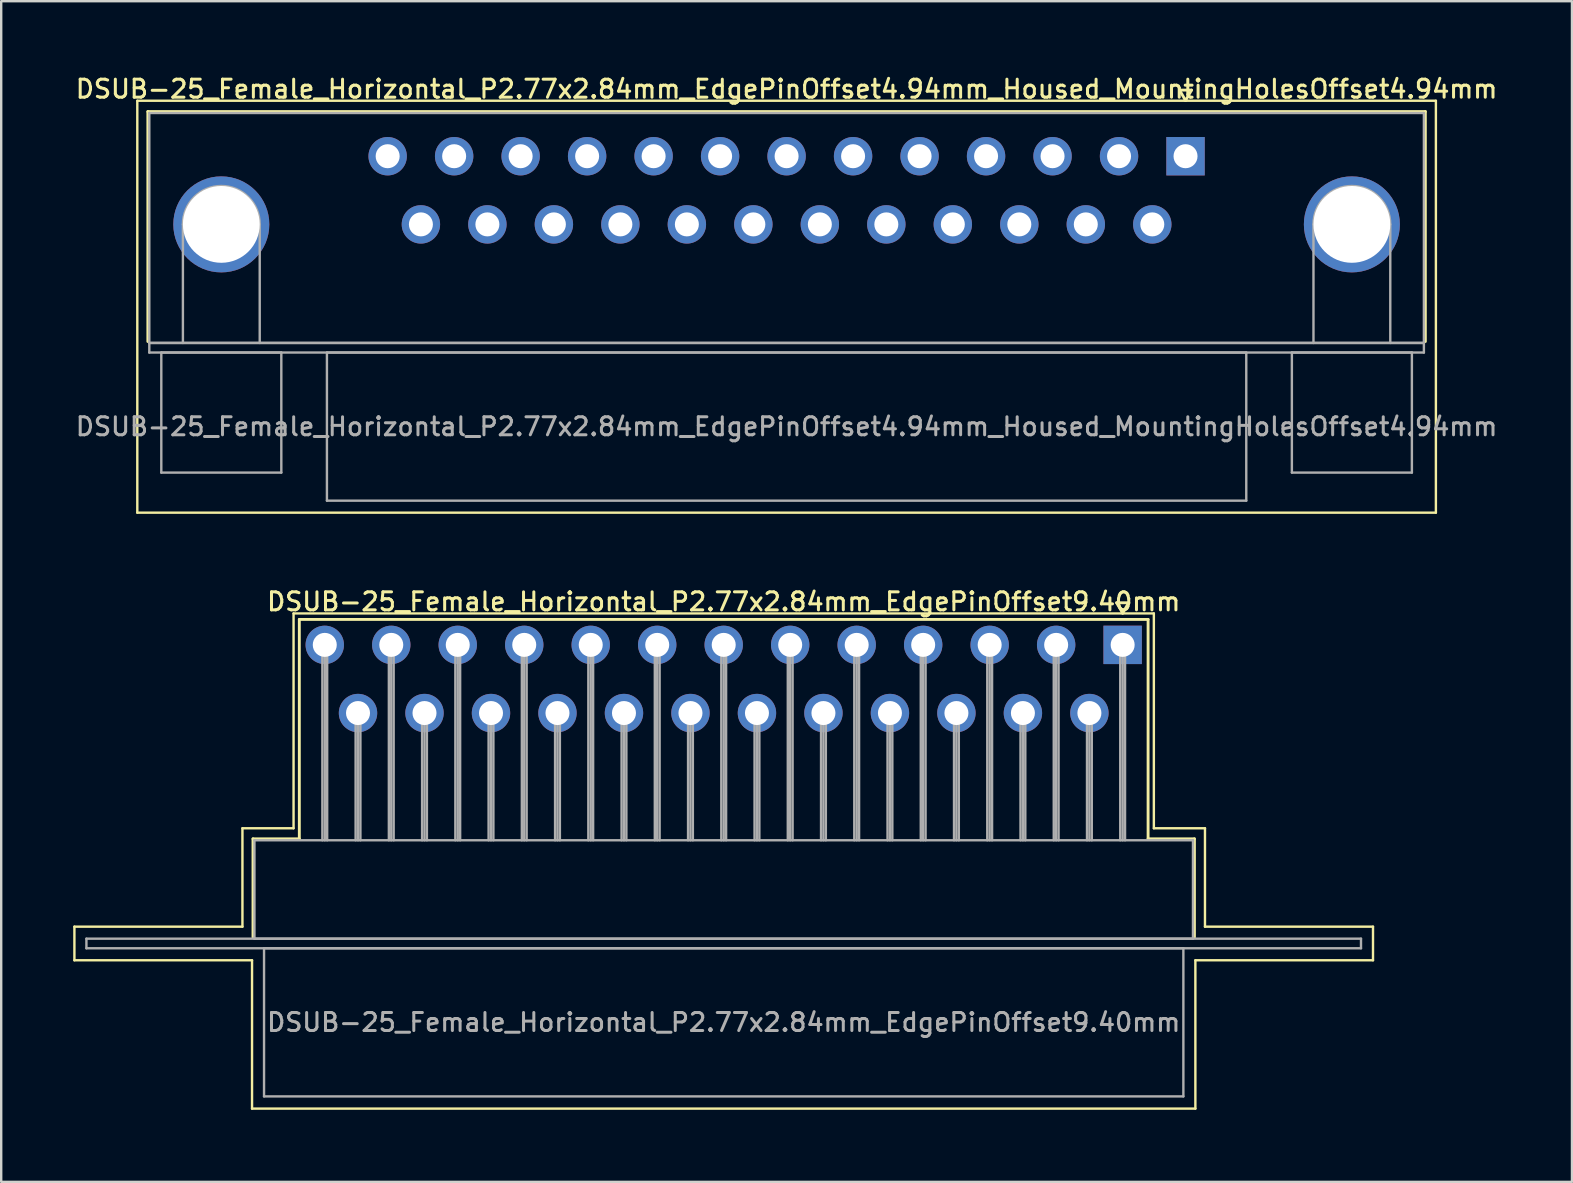
<source format=kicad_pcb>
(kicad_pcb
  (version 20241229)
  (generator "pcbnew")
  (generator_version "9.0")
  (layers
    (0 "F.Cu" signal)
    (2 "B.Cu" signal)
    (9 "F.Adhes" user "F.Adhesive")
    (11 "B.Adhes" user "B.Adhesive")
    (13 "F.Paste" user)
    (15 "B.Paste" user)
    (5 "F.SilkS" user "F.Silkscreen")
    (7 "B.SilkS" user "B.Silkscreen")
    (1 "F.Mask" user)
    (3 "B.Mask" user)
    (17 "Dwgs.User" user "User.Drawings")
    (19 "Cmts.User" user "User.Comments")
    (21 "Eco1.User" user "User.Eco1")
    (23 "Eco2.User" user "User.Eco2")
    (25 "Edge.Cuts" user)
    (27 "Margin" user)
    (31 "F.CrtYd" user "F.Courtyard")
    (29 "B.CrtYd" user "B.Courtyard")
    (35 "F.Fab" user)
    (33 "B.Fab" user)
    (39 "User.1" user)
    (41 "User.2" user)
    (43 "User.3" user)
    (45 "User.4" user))
  (footprint "DSUB-25_Female_Horizontal_P2.77x2.84mm_EdgePinOffset4.94mm_Housed_MountingHolesOffset4.94mm"
    (layer "F.Cu")
    (at 46.34 3.458)
    (property "Reference" "DSUB-25_Female_Horizontal_P2.77x2.84mm_EdgePinOffset4.94mm_Housed_MountingHolesOffset4.94mm" (at -16.62 -2.8 0) (layer "F.SilkS") (effects (font (size 0.75 0.75) (thickness 0.125))))
    (attr through_hole)
    (fp_line (start -43.67 -2.31) (end -43.67 14.85) (stroke (width 0.1) (type solid)) (layer "F.SilkS"))
    (fp_line (start -43.67 14.85) (end 10.43 14.85) (stroke (width 0.1) (type solid)) (layer "F.SilkS"))
    (fp_line (start -43.23 -1.86) (end 9.99 -1.86) (stroke (width 0.12) (type solid)) (layer "F.SilkS"))
    (fp_line (start -43.23 7.72) (end -43.23 -1.86) (stroke (width 0.12) (type solid)) (layer "F.SilkS"))
    (fp_line (start -0.25 -2.754) (end 0.25 -2.754) (stroke (width 0.12) (type solid)) (layer "F.SilkS"))
    (fp_line (start 0 -2.321) (end -0.25 -2.754) (stroke (width 0.12) (type solid)) (layer "F.SilkS"))
    (fp_line (start 0.25 -2.754) (end 0 -2.321) (stroke (width 0.12) (type solid)) (layer "F.SilkS"))
    (fp_line (start 9.99 -1.86) (end 9.99 7.72) (stroke (width 0.12) (type solid)) (layer "F.SilkS"))
    (fp_line (start 10.43 -2.31) (end -43.67 -2.31) (stroke (width 0.1) (type solid)) (layer "F.SilkS"))
    (fp_line (start 10.43 14.85) (end 10.43 -2.31) (stroke (width 0.1) (type solid)) (layer "F.SilkS"))
    (fp_line (start -43.17 -1.8) (end -43.17 7.78) (stroke (width 0.1) (type solid)) (layer "F.Fab"))
    (fp_line (start -43.17 7.78) (end -43.17 8.18) (stroke (width 0.1) (type solid)) (layer "F.Fab"))
    (fp_line (start -43.17 7.78) (end 9.93 7.78) (stroke (width 0.1) (type solid)) (layer "F.Fab"))
    (fp_line (start -43.17 8.18) (end 9.93 8.18) (stroke (width 0.1) (type solid)) (layer "F.Fab"))
    (fp_line (start -42.67 8.18) (end -42.67 13.18) (stroke (width 0.1) (type solid)) (layer "F.Fab"))
    (fp_line (start -42.67 13.18) (end -37.67 13.18) (stroke (width 0.1) (type solid)) (layer "F.Fab"))
    (fp_line (start -41.77 7.78) (end -41.77 2.84) (stroke (width 0.1) (type solid)) (layer "F.Fab"))
    (fp_line (start -38.57 7.78) (end -38.57 2.84) (stroke (width 0.1) (type solid)) (layer "F.Fab"))
    (fp_line (start -37.67 8.18) (end -42.67 8.18) (stroke (width 0.1) (type solid)) (layer "F.Fab"))
    (fp_line (start -37.67 13.18) (end -37.67 8.18) (stroke (width 0.1) (type solid)) (layer "F.Fab"))
    (fp_line (start -35.77 8.18) (end -35.77 14.35) (stroke (width 0.1) (type solid)) (layer "F.Fab"))
    (fp_line (start -35.77 14.35) (end 2.53 14.35) (stroke (width 0.1) (type solid)) (layer "F.Fab"))
    (fp_line (start 2.53 8.18) (end -35.77 8.18) (stroke (width 0.1) (type solid)) (layer "F.Fab"))
    (fp_line (start 2.53 14.35) (end 2.53 8.18) (stroke (width 0.1) (type solid)) (layer "F.Fab"))
    (fp_line (start 4.43 8.18) (end 4.43 13.18) (stroke (width 0.1) (type solid)) (layer "F.Fab"))
    (fp_line (start 4.43 13.18) (end 9.43 13.18) (stroke (width 0.1) (type solid)) (layer "F.Fab"))
    (fp_line (start 5.33 7.78) (end 5.33 2.84) (stroke (width 0.1) (type solid)) (layer "F.Fab"))
    (fp_line (start 8.53 7.78) (end 8.53 2.84) (stroke (width 0.1) (type solid)) (layer "F.Fab"))
    (fp_line (start 9.43 8.18) (end 4.43 8.18) (stroke (width 0.1) (type solid)) (layer "F.Fab"))
    (fp_line (start 9.43 13.18) (end 9.43 8.18) (stroke (width 0.1) (type solid)) (layer "F.Fab"))
    (fp_line (start 9.93 -1.8) (end -43.17 -1.8) (stroke (width 0.1) (type solid)) (layer "F.Fab"))
    (fp_line (start 9.93 7.78) (end -43.17 7.78) (stroke (width 0.1) (type solid)) (layer "F.Fab"))
    (fp_line (start 9.93 7.78) (end 9.93 -1.8) (stroke (width 0.1) (type solid)) (layer "F.Fab"))
    (fp_line (start 9.93 8.18) (end 9.93 7.78) (stroke (width 0.1) (type solid)) (layer "F.Fab"))
    (fp_arc (start -41.77 2.84) (mid -40.17 1.24) (end -38.57 2.84) (stroke (width 0.1) (type solid)) (layer "F.Fab"))
    (fp_arc (start 5.33 2.84) (mid 6.93 1.24) (end 8.53 2.84) (stroke (width 0.1) (type solid)) (layer "F.Fab"))
    (fp_text user "${REFERENCE}" (at -16.62 11.265 0) (layer "F.Fab") (effects (font (size 0.75 0.75) (thickness 0.125))))
    (pad "0" thru_hole circle (at -40.17 2.84) (size 4 4) (drill 3.2) (layers "*.Cu" "*.Mask"))
    (pad "0" thru_hole circle (at 6.93 2.84) (size 4 4) (drill 3.2) (layers "*.Cu" "*.Mask"))
    (pad "1" thru_hole rect (at 0 0) (size 1.6 1.6) (drill 1) (layers "*.Cu" "*.Mask"))
    (pad "2" thru_hole circle (at -2.77 0) (size 1.6 1.6) (drill 1) (layers "*.Cu" "*.Mask"))
    (pad "3" thru_hole circle (at -5.54 0) (size 1.6 1.6) (drill 1) (layers "*.Cu" "*.Mask"))
    (pad "4" thru_hole circle (at -8.31 0) (size 1.6 1.6) (drill 1) (layers "*.Cu" "*.Mask"))
    (pad "5" thru_hole circle (at -11.08 0) (size 1.6 1.6) (drill 1) (layers "*.Cu" "*.Mask"))
    (pad "6" thru_hole circle (at -13.85 0) (size 1.6 1.6) (drill 1) (layers "*.Cu" "*.Mask"))
    (pad "7" thru_hole circle (at -16.62 0) (size 1.6 1.6) (drill 1) (layers "*.Cu" "*.Mask"))
    (pad "8" thru_hole circle (at -19.39 0) (size 1.6 1.6) (drill 1) (layers "*.Cu" "*.Mask"))
    (pad "9" thru_hole circle (at -22.16 0) (size 1.6 1.6) (drill 1) (layers "*.Cu" "*.Mask"))
    (pad "10" thru_hole circle (at -24.93 0) (size 1.6 1.6) (drill 1) (layers "*.Cu" "*.Mask"))
    (pad "11" thru_hole circle (at -27.7 0) (size 1.6 1.6) (drill 1) (layers "*.Cu" "*.Mask"))
    (pad "12" thru_hole circle (at -30.47 0) (size 1.6 1.6) (drill 1) (layers "*.Cu" "*.Mask"))
    (pad "13" thru_hole circle (at -33.24 0) (size 1.6 1.6) (drill 1) (layers "*.Cu" "*.Mask"))
    (pad "14" thru_hole circle (at -1.385 2.84) (size 1.6 1.6) (drill 1) (layers "*.Cu" "*.Mask"))
    (pad "15" thru_hole circle (at -4.155 2.84) (size 1.6 1.6) (drill 1) (layers "*.Cu" "*.Mask"))
    (pad "16" thru_hole circle (at -6.925 2.84) (size 1.6 1.6) (drill 1) (layers "*.Cu" "*.Mask"))
    (pad "17" thru_hole circle (at -9.695 2.84) (size 1.6 1.6) (drill 1) (layers "*.Cu" "*.Mask"))
    (pad "18" thru_hole circle (at -12.465 2.84) (size 1.6 1.6) (drill 1) (layers "*.Cu" "*.Mask"))
    (pad "19" thru_hole circle (at -15.235 2.84) (size 1.6 1.6) (drill 1) (layers "*.Cu" "*.Mask"))
    (pad "20" thru_hole circle (at -18.005 2.84) (size 1.6 1.6) (drill 1) (layers "*.Cu" "*.Mask"))
    (pad "21" thru_hole circle (at -20.775 2.84) (size 1.6 1.6) (drill 1) (layers "*.Cu" "*.Mask"))
    (pad "22" thru_hole circle (at -23.545 2.84) (size 1.6 1.6) (drill 1) (layers "*.Cu" "*.Mask"))
    (pad "23" thru_hole circle (at -26.315 2.84) (size 1.6 1.6) (drill 1) (layers "*.Cu" "*.Mask"))
    (pad "24" thru_hole circle (at -29.085 2.84) (size 1.6 1.6) (drill 1) (layers "*.Cu" "*.Mask"))
    (pad "25" thru_hole circle (at -31.855 2.84) (size 1.6 1.6) (drill 1) (layers "*.Cu" "*.Mask")))
  (footprint "DSUB-25_Female_Horizontal_P2.77x2.84mm_EdgePinOffset9.40mm"
    (layer "F.Cu")
    (at 43.72 23.816)
    (property "Reference" "DSUB-25_Female_Horizontal_P2.77x2.84mm_EdgePinOffset9.40mm" (at -16.62 -1.8 0) (layer "F.SilkS") (effects (font (size 0.75 0.75) (thickness 0.125))))
    (attr through_hole)
    (fp_line (start -43.67 11.74) (end -36.67 11.74) (stroke (width 0.1) (type solid)) (layer "F.SilkS"))
    (fp_line (start -43.67 13.14) (end -43.67 11.74) (stroke (width 0.1) (type solid)) (layer "F.SilkS"))
    (fp_line (start -36.67 7.64) (end -34.54 7.64) (stroke (width 0.1) (type solid)) (layer "F.SilkS"))
    (fp_line (start -36.67 11.74) (end -36.67 7.64) (stroke (width 0.1) (type solid)) (layer "F.SilkS"))
    (fp_line (start -36.27 13.14) (end -43.67 13.14) (stroke (width 0.1) (type solid)) (layer "F.SilkS"))
    (fp_line (start -36.27 19.32) (end -36.27 13.14) (stroke (width 0.1) (type solid)) (layer "F.SilkS"))
    (fp_line (start -36.23 8.08) (end -34.3 8.08) (stroke (width 0.12) (type solid)) (layer "F.SilkS"))
    (fp_line (start -36.23 12.18) (end -36.23 8.08) (stroke (width 0.12) (type solid)) (layer "F.SilkS"))
    (fp_line (start -34.54 -1.31) (end 1.3 -1.31) (stroke (width 0.1) (type solid)) (layer "F.SilkS"))
    (fp_line (start -34.54 7.64) (end -34.54 -1.31) (stroke (width 0.1) (type solid)) (layer "F.SilkS"))
    (fp_line (start -34.3 -1.06) (end 1.06 -1.06) (stroke (width 0.12) (type solid)) (layer "F.SilkS"))
    (fp_line (start -34.3 8.08) (end -34.3 -1.06) (stroke (width 0.12) (type solid)) (layer "F.SilkS"))
    (fp_line (start -0.25 -1.754) (end 0.25 -1.754) (stroke (width 0.12) (type solid)) (layer "F.SilkS"))
    (fp_line (start 0 -1.321) (end -0.25 -1.754) (stroke (width 0.12) (type solid)) (layer "F.SilkS"))
    (fp_line (start 0.25 -1.754) (end 0 -1.321) (stroke (width 0.12) (type solid)) (layer "F.SilkS"))
    (fp_line (start 1.06 -1.06) (end 1.06 8.08) (stroke (width 0.12) (type solid)) (layer "F.SilkS"))
    (fp_line (start 1.06 8.08) (end 2.99 8.08) (stroke (width 0.12) (type solid)) (layer "F.SilkS"))
    (fp_line (start 1.3 -1.31) (end 1.3 7.64) (stroke (width 0.1) (type solid)) (layer "F.SilkS"))
    (fp_line (start 1.3 7.64) (end 3.43 7.64) (stroke (width 0.1) (type solid)) (layer "F.SilkS"))
    (fp_line (start 2.99 8.08) (end 2.99 12.18) (stroke (width 0.12) (type solid)) (layer "F.SilkS"))
    (fp_line (start 3.03 13.14) (end 3.03 19.32) (stroke (width 0.1) (type solid)) (layer "F.SilkS"))
    (fp_line (start 3.03 19.32) (end -36.27 19.32) (stroke (width 0.1) (type solid)) (layer "F.SilkS"))
    (fp_line (start 3.43 7.64) (end 3.43 11.74) (stroke (width 0.1) (type solid)) (layer "F.SilkS"))
    (fp_line (start 3.43 11.74) (end 10.43 11.74) (stroke (width 0.1) (type solid)) (layer "F.SilkS"))
    (fp_line (start 10.43 11.74) (end 10.43 13.14) (stroke (width 0.1) (type solid)) (layer "F.SilkS"))
    (fp_line (start 10.43 13.14) (end 3.03 13.14) (stroke (width 0.1) (type solid)) (layer "F.SilkS"))
    (fp_line (start -43.17 12.24) (end -43.17 12.64) (stroke (width 0.1) (type solid)) (layer "F.Fab"))
    (fp_line (start -43.17 12.64) (end 9.93 12.64) (stroke (width 0.1) (type solid)) (layer "F.Fab"))
    (fp_line (start -36.17 8.14) (end -36.17 12.24) (stroke (width 0.1) (type solid)) (layer "F.Fab"))
    (fp_line (start -36.17 12.24) (end 2.93 12.24) (stroke (width 0.1) (type solid)) (layer "F.Fab"))
    (fp_line (start -35.77 12.64) (end -35.77 18.81) (stroke (width 0.1) (type solid)) (layer "F.Fab"))
    (fp_line (start -35.77 18.81) (end 2.53 18.81) (stroke (width 0.1) (type solid)) (layer "F.Fab"))
    (fp_line (start -33.34 0) (end -33.34 8.14) (stroke (width 0.1) (type solid)) (layer "F.Fab"))
    (fp_line (start -33.24 0) (end -33.24 8.14) (stroke (width 0.1) (type solid)) (layer "F.Fab"))
    (fp_line (start -33.14 0) (end -33.14 8.14) (stroke (width 0.1) (type solid)) (layer "F.Fab"))
    (fp_line (start -31.955 2.84) (end -31.955 8.14) (stroke (width 0.1) (type solid)) (layer "F.Fab"))
    (fp_line (start -31.855 2.84) (end -31.855 8.14) (stroke (width 0.1) (type solid)) (layer "F.Fab"))
    (fp_line (start -31.755 2.84) (end -31.755 8.14) (stroke (width 0.1) (type solid)) (layer "F.Fab"))
    (fp_line (start -30.57 0) (end -30.57 8.14) (stroke (width 0.1) (type solid)) (layer "F.Fab"))
    (fp_line (start -30.47 0) (end -30.47 8.14) (stroke (width 0.1) (type solid)) (layer "F.Fab"))
    (fp_line (start -30.37 0) (end -30.37 8.14) (stroke (width 0.1) (type solid)) (layer "F.Fab"))
    (fp_line (start -29.185 2.84) (end -29.185 8.14) (stroke (width 0.1) (type solid)) (layer "F.Fab"))
    (fp_line (start -29.085 2.84) (end -29.085 8.14) (stroke (width 0.1) (type solid)) (layer "F.Fab"))
    (fp_line (start -28.985 2.84) (end -28.985 8.14) (stroke (width 0.1) (type solid)) (layer "F.Fab"))
    (fp_line (start -27.8 0) (end -27.8 8.14) (stroke (width 0.1) (type solid)) (layer "F.Fab"))
    (fp_line (start -27.7 0) (end -27.7 8.14) (stroke (width 0.1) (type solid)) (layer "F.Fab"))
    (fp_line (start -27.6 0) (end -27.6 8.14) (stroke (width 0.1) (type solid)) (layer "F.Fab"))
    (fp_line (start -26.415 2.84) (end -26.415 8.14) (stroke (width 0.1) (type solid)) (layer "F.Fab"))
    (fp_line (start -26.315 2.84) (end -26.315 8.14) (stroke (width 0.1) (type solid)) (layer "F.Fab"))
    (fp_line (start -26.215 2.84) (end -26.215 8.14) (stroke (width 0.1) (type solid)) (layer "F.Fab"))
    (fp_line (start -25.03 0) (end -25.03 8.14) (stroke (width 0.1) (type solid)) (layer "F.Fab"))
    (fp_line (start -24.93 0) (end -24.93 8.14) (stroke (width 0.1) (type solid)) (layer "F.Fab"))
    (fp_line (start -24.83 0) (end -24.83 8.14) (stroke (width 0.1) (type solid)) (layer "F.Fab"))
    (fp_line (start -23.645 2.84) (end -23.645 8.14) (stroke (width 0.1) (type solid)) (layer "F.Fab"))
    (fp_line (start -23.545 2.84) (end -23.545 8.14) (stroke (width 0.1) (type solid)) (layer "F.Fab"))
    (fp_line (start -23.445 2.84) (end -23.445 8.14) (stroke (width 0.1) (type solid)) (layer "F.Fab"))
    (fp_line (start -22.26 0) (end -22.26 8.14) (stroke (width 0.1) (type solid)) (layer "F.Fab"))
    (fp_line (start -22.16 0) (end -22.16 8.14) (stroke (width 0.1) (type solid)) (layer "F.Fab"))
    (fp_line (start -22.06 0) (end -22.06 8.14) (stroke (width 0.1) (type solid)) (layer "F.Fab"))
    (fp_line (start -20.875 2.84) (end -20.875 8.14) (stroke (width 0.1) (type solid)) (layer "F.Fab"))
    (fp_line (start -20.775 2.84) (end -20.775 8.14) (stroke (width 0.1) (type solid)) (layer "F.Fab"))
    (fp_line (start -20.675 2.84) (end -20.675 8.14) (stroke (width 0.1) (type solid)) (layer "F.Fab"))
    (fp_line (start -19.49 0) (end -19.49 8.14) (stroke (width 0.1) (type solid)) (layer "F.Fab"))
    (fp_line (start -19.39 0) (end -19.39 8.14) (stroke (width 0.1) (type solid)) (layer "F.Fab"))
    (fp_line (start -19.29 0) (end -19.29 8.14) (stroke (width 0.1) (type solid)) (layer "F.Fab"))
    (fp_line (start -18.105 2.84) (end -18.105 8.14) (stroke (width 0.1) (type solid)) (layer "F.Fab"))
    (fp_line (start -18.005 2.84) (end -18.005 8.14) (stroke (width 0.1) (type solid)) (layer "F.Fab"))
    (fp_line (start -17.905 2.84) (end -17.905 8.14) (stroke (width 0.1) (type solid)) (layer "F.Fab"))
    (fp_line (start -16.72 0) (end -16.72 8.14) (stroke (width 0.1) (type solid)) (layer "F.Fab"))
    (fp_line (start -16.62 0) (end -16.62 8.14) (stroke (width 0.1) (type solid)) (layer "F.Fab"))
    (fp_line (start -16.52 0) (end -16.52 8.14) (stroke (width 0.1) (type solid)) (layer "F.Fab"))
    (fp_line (start -15.335 2.84) (end -15.335 8.14) (stroke (width 0.1) (type solid)) (layer "F.Fab"))
    (fp_line (start -15.235 2.84) (end -15.235 8.14) (stroke (width 0.1) (type solid)) (layer "F.Fab"))
    (fp_line (start -15.135 2.84) (end -15.135 8.14) (stroke (width 0.1) (type solid)) (layer "F.Fab"))
    (fp_line (start -13.95 0) (end -13.95 8.14) (stroke (width 0.1) (type solid)) (layer "F.Fab"))
    (fp_line (start -13.85 0) (end -13.85 8.14) (stroke (width 0.1) (type solid)) (layer "F.Fab"))
    (fp_line (start -13.75 0) (end -13.75 8.14) (stroke (width 0.1) (type solid)) (layer "F.Fab"))
    (fp_line (start -12.565 2.84) (end -12.565 8.14) (stroke (width 0.1) (type solid)) (layer "F.Fab"))
    (fp_line (start -12.465 2.84) (end -12.465 8.14) (stroke (width 0.1) (type solid)) (layer "F.Fab"))
    (fp_line (start -12.365 2.84) (end -12.365 8.14) (stroke (width 0.1) (type solid)) (layer "F.Fab"))
    (fp_line (start -11.18 0) (end -11.18 8.14) (stroke (width 0.1) (type solid)) (layer "F.Fab"))
    (fp_line (start -11.08 0) (end -11.08 8.14) (stroke (width 0.1) (type solid)) (layer "F.Fab"))
    (fp_line (start -10.98 0) (end -10.98 8.14) (stroke (width 0.1) (type solid)) (layer "F.Fab"))
    (fp_line (start -9.795 2.84) (end -9.795 8.14) (stroke (width 0.1) (type solid)) (layer "F.Fab"))
    (fp_line (start -9.695 2.84) (end -9.695 8.14) (stroke (width 0.1) (type solid)) (layer "F.Fab"))
    (fp_line (start -9.595 2.84) (end -9.595 8.14) (stroke (width 0.1) (type solid)) (layer "F.Fab"))
    (fp_line (start -8.41 0) (end -8.41 8.14) (stroke (width 0.1) (type solid)) (layer "F.Fab"))
    (fp_line (start -8.31 0) (end -8.31 8.14) (stroke (width 0.1) (type solid)) (layer "F.Fab"))
    (fp_line (start -8.21 0) (end -8.21 8.14) (stroke (width 0.1) (type solid)) (layer "F.Fab"))
    (fp_line (start -7.025 2.84) (end -7.025 8.14) (stroke (width 0.1) (type solid)) (layer "F.Fab"))
    (fp_line (start -6.925 2.84) (end -6.925 8.14) (stroke (width 0.1) (type solid)) (layer "F.Fab"))
    (fp_line (start -6.825 2.84) (end -6.825 8.14) (stroke (width 0.1) (type solid)) (layer "F.Fab"))
    (fp_line (start -5.64 0) (end -5.64 8.14) (stroke (width 0.1) (type solid)) (layer "F.Fab"))
    (fp_line (start -5.54 0) (end -5.54 8.14) (stroke (width 0.1) (type solid)) (layer "F.Fab"))
    (fp_line (start -5.44 0) (end -5.44 8.14) (stroke (width 0.1) (type solid)) (layer "F.Fab"))
    (fp_line (start -4.255 2.84) (end -4.255 8.14) (stroke (width 0.1) (type solid)) (layer "F.Fab"))
    (fp_line (start -4.155 2.84) (end -4.155 8.14) (stroke (width 0.1) (type solid)) (layer "F.Fab"))
    (fp_line (start -4.055 2.84) (end -4.055 8.14) (stroke (width 0.1) (type solid)) (layer "F.Fab"))
    (fp_line (start -2.87 0) (end -2.87 8.14) (stroke (width 0.1) (type solid)) (layer "F.Fab"))
    (fp_line (start -2.77 0) (end -2.77 8.14) (stroke (width 0.1) (type solid)) (layer "F.Fab"))
    (fp_line (start -2.67 0) (end -2.67 8.14) (stroke (width 0.1) (type solid)) (layer "F.Fab"))
    (fp_line (start -1.485 2.84) (end -1.485 8.14) (stroke (width 0.1) (type solid)) (layer "F.Fab"))
    (fp_line (start -1.385 2.84) (end -1.385 8.14) (stroke (width 0.1) (type solid)) (layer "F.Fab"))
    (fp_line (start -1.285 2.84) (end -1.285 8.14) (stroke (width 0.1) (type solid)) (layer "F.Fab"))
    (fp_line (start -0.1 0) (end -0.1 8.14) (stroke (width 0.1) (type solid)) (layer "F.Fab"))
    (fp_line (start 0 0) (end 0 8.14) (stroke (width 0.1) (type solid)) (layer "F.Fab"))
    (fp_line (start 0.1 0) (end 0.1 8.14) (stroke (width 0.1) (type solid)) (layer "F.Fab"))
    (fp_line (start 2.53 12.64) (end -35.77 12.64) (stroke (width 0.1) (type solid)) (layer "F.Fab"))
    (fp_line (start 2.53 18.81) (end 2.53 12.64) (stroke (width 0.1) (type solid)) (layer "F.Fab"))
    (fp_line (start 2.93 8.14) (end -36.17 8.14) (stroke (width 0.1) (type solid)) (layer "F.Fab"))
    (fp_line (start 2.93 12.24) (end 2.93 8.14) (stroke (width 0.1) (type solid)) (layer "F.Fab"))
    (fp_line (start 9.93 12.24) (end -43.17 12.24) (stroke (width 0.1) (type solid)) (layer "F.Fab"))
    (fp_line (start 9.93 12.64) (end 9.93 12.24) (stroke (width 0.1) (type solid)) (layer "F.Fab"))
    (fp_text user "${REFERENCE}" (at -16.62 15.725 0) (layer "F.Fab") (effects (font (size 0.75 0.75) (thickness 0.125))))
    (pad "1" thru_hole rect (at 0 0) (size 1.6 1.6) (drill 1) (layers "*.Cu" "*.Mask"))
    (pad "2" thru_hole circle (at -2.77 0) (size 1.6 1.6) (drill 1) (layers "*.Cu" "*.Mask"))
    (pad "3" thru_hole circle (at -5.54 0) (size 1.6 1.6) (drill 1) (layers "*.Cu" "*.Mask"))
    (pad "4" thru_hole circle (at -8.31 0) (size 1.6 1.6) (drill 1) (layers "*.Cu" "*.Mask"))
    (pad "5" thru_hole circle (at -11.08 0) (size 1.6 1.6) (drill 1) (layers "*.Cu" "*.Mask"))
    (pad "6" thru_hole circle (at -13.85 0) (size 1.6 1.6) (drill 1) (layers "*.Cu" "*.Mask"))
    (pad "7" thru_hole circle (at -16.62 0) (size 1.6 1.6) (drill 1) (layers "*.Cu" "*.Mask"))
    (pad "8" thru_hole circle (at -19.39 0) (size 1.6 1.6) (drill 1) (layers "*.Cu" "*.Mask"))
    (pad "9" thru_hole circle (at -22.16 0) (size 1.6 1.6) (drill 1) (layers "*.Cu" "*.Mask"))
    (pad "10" thru_hole circle (at -24.93 0) (size 1.6 1.6) (drill 1) (layers "*.Cu" "*.Mask"))
    (pad "11" thru_hole circle (at -27.7 0) (size 1.6 1.6) (drill 1) (layers "*.Cu" "*.Mask"))
    (pad "12" thru_hole circle (at -30.47 0) (size 1.6 1.6) (drill 1) (layers "*.Cu" "*.Mask"))
    (pad "13" thru_hole circle (at -33.24 0) (size 1.6 1.6) (drill 1) (layers "*.Cu" "*.Mask"))
    (pad "14" thru_hole circle (at -1.385 2.84) (size 1.6 1.6) (drill 1) (layers "*.Cu" "*.Mask"))
    (pad "15" thru_hole circle (at -4.155 2.84) (size 1.6 1.6) (drill 1) (layers "*.Cu" "*.Mask"))
    (pad "16" thru_hole circle (at -6.925 2.84) (size 1.6 1.6) (drill 1) (layers "*.Cu" "*.Mask"))
    (pad "17" thru_hole circle (at -9.695 2.84) (size 1.6 1.6) (drill 1) (layers "*.Cu" "*.Mask"))
    (pad "18" thru_hole circle (at -12.465 2.84) (size 1.6 1.6) (drill 1) (layers "*.Cu" "*.Mask"))
    (pad "19" thru_hole circle (at -15.235 2.84) (size 1.6 1.6) (drill 1) (layers "*.Cu" "*.Mask"))
    (pad "20" thru_hole circle (at -18.005 2.84) (size 1.6 1.6) (drill 1) (layers "*.Cu" "*.Mask"))
    (pad "21" thru_hole circle (at -20.775 2.84) (size 1.6 1.6) (drill 1) (layers "*.Cu" "*.Mask"))
    (pad "22" thru_hole circle (at -23.545 2.84) (size 1.6 1.6) (drill 1) (layers "*.Cu" "*.Mask"))
    (pad "23" thru_hole circle (at -26.315 2.84) (size 1.6 1.6) (drill 1) (layers "*.Cu" "*.Mask"))
    (pad "24" thru_hole circle (at -29.085 2.84) (size 1.6 1.6) (drill 1) (layers "*.Cu" "*.Mask"))
    (pad "25" thru_hole circle (at -31.855 2.84) (size 1.6 1.6) (drill 1) (layers "*.Cu" "*.Mask")))
  (gr_rect
    (start -3 -3)
    (end 62.439 46.186)
    (stroke (width 0.1) (type default))
    (fill no)
    (layer "Edge.Cuts")))
</source>
